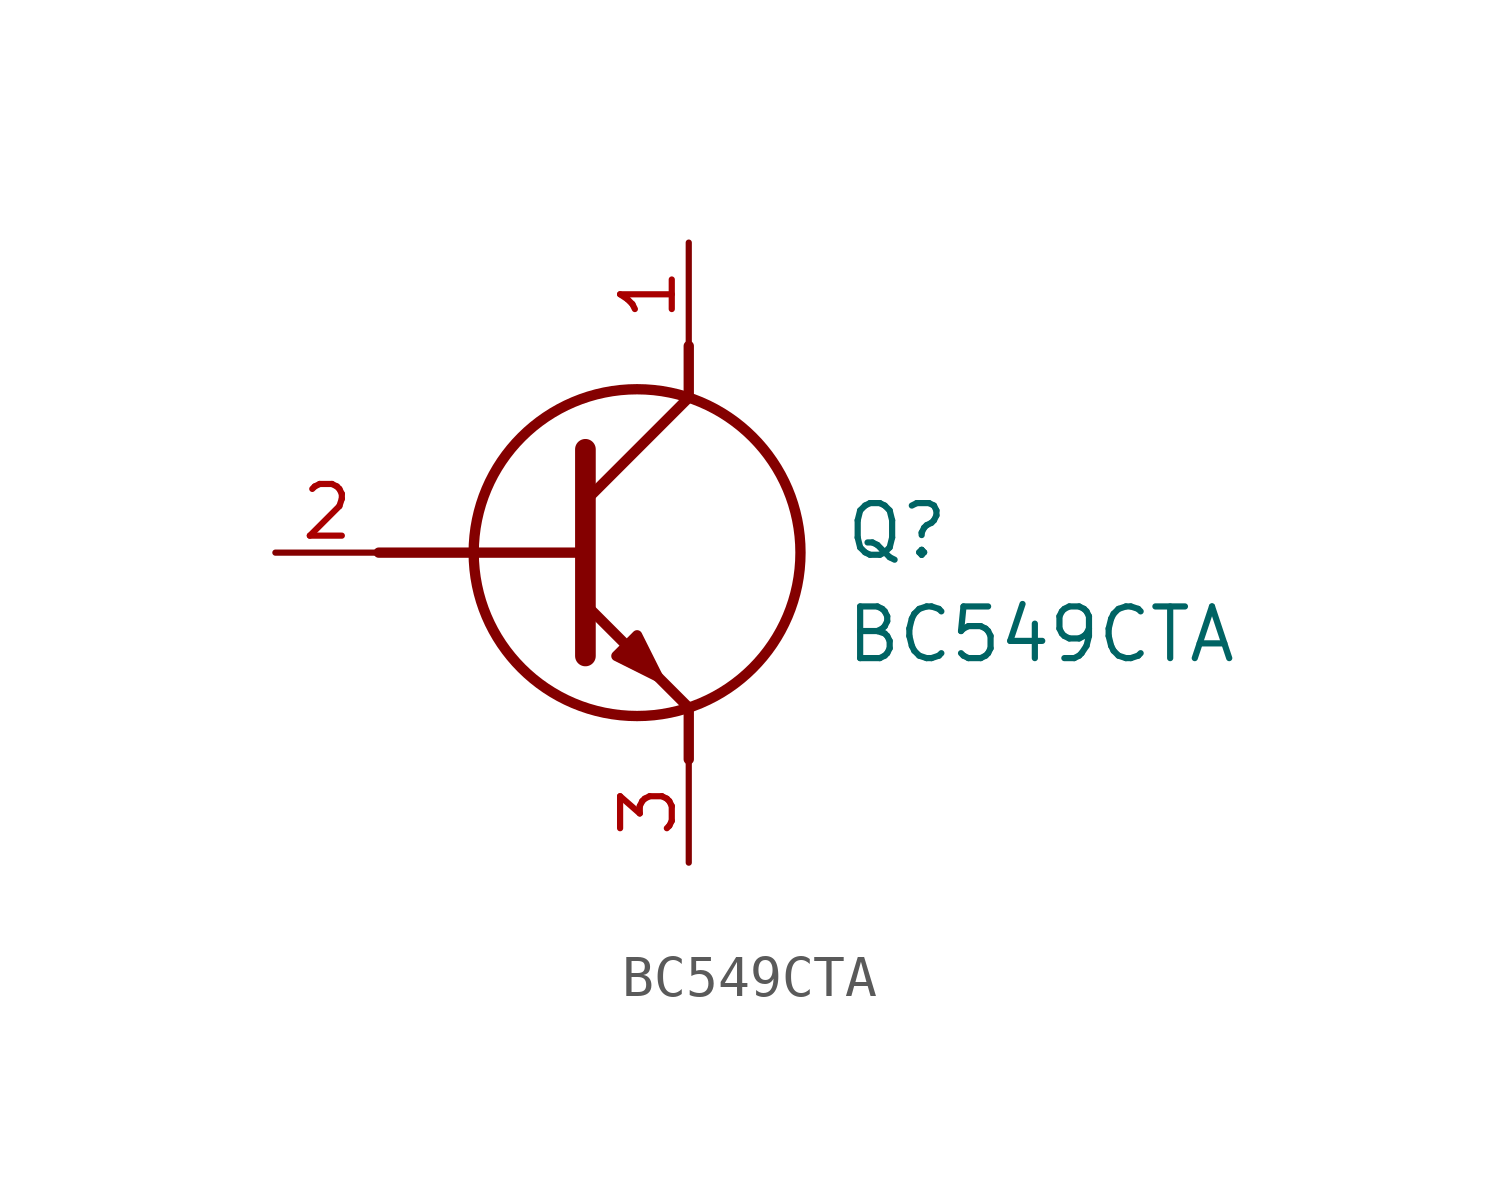
<source format=kicad_sym>
(kicad_symbol_lib
  (version 20211014)
  (generator SamacSys_ECAD_Model)
  (symbol "BC549CTA"
    (pin_names hide)
    (property "Reference" "Q"
      (at 13.97 1.27 0)
      (effects (font (size 1.27 1.27)) (justify left top)))
    (property "Value" "BC549CTA"
      (at 13.97 -1.27 0)
      (effects (font (size 1.27 1.27)) (justify left top)))
    (polyline
      (pts (xy 7.62 2.54) (xy 7.62 -2.54))
      (stroke (width 0.508) (type default))
      (fill (type none)))
    (polyline
      (pts (xy 7.62 1.27) (xy 10.16 3.81))
      (stroke (width 0.254) (type default))
      (fill (type none)))
    (polyline
      (pts (xy 7.62 -1.27) (xy 10.16 -3.81))
      (stroke (width 0.254) (type default))
      (fill (type none)))
    (polyline
      (pts (xy 10.16 -3.81) (xy 10.16 -5.08))
      (stroke (width 0.254) (type default))
      (fill (type none)))
    (polyline
      (pts (xy 10.16 3.81) (xy 10.16 5.08))
      (stroke (width 0.254) (type default))
      (fill (type none)))
    (polyline
      (pts (xy 2.54 0) (xy 7.62 0))
      (stroke (width 0.254) (type default))
      (fill (type none)))
    (circle
      (center 8.89 0)
      (radius 4.016)
      (stroke (width 0.254) (type default))
      (fill (type none)))
    (polyline
      (pts (xy 8.382 -2.54) (xy 8.89 -2.032) (xy 9.398 -3.048) (xy 8.382 -2.54))
      (stroke (width 0.254) (type default))
      (fill (type outline)))
    (pin passive line
      (at 0 0 0)
      (length 2.54)
      (name "B" (effects (font (size 1.27 1.27))))
      (number "2" (effects (font (size 1.27 1.27)))))
    (pin passive line
      (at 10.16 -7.62 90)
      (length 2.54)
      (name "E" (effects (font (size 1.27 1.27))))
      (number "3" (effects (font (size 1.27 1.27)))))
    (pin passive line
      (at 10.16 7.62 270)
      (length 2.54)
      (name "C" (effects (font (size 1.27 1.27))))
      (number "1" (effects (font (size 1.27 1.27)))))))
</source>
